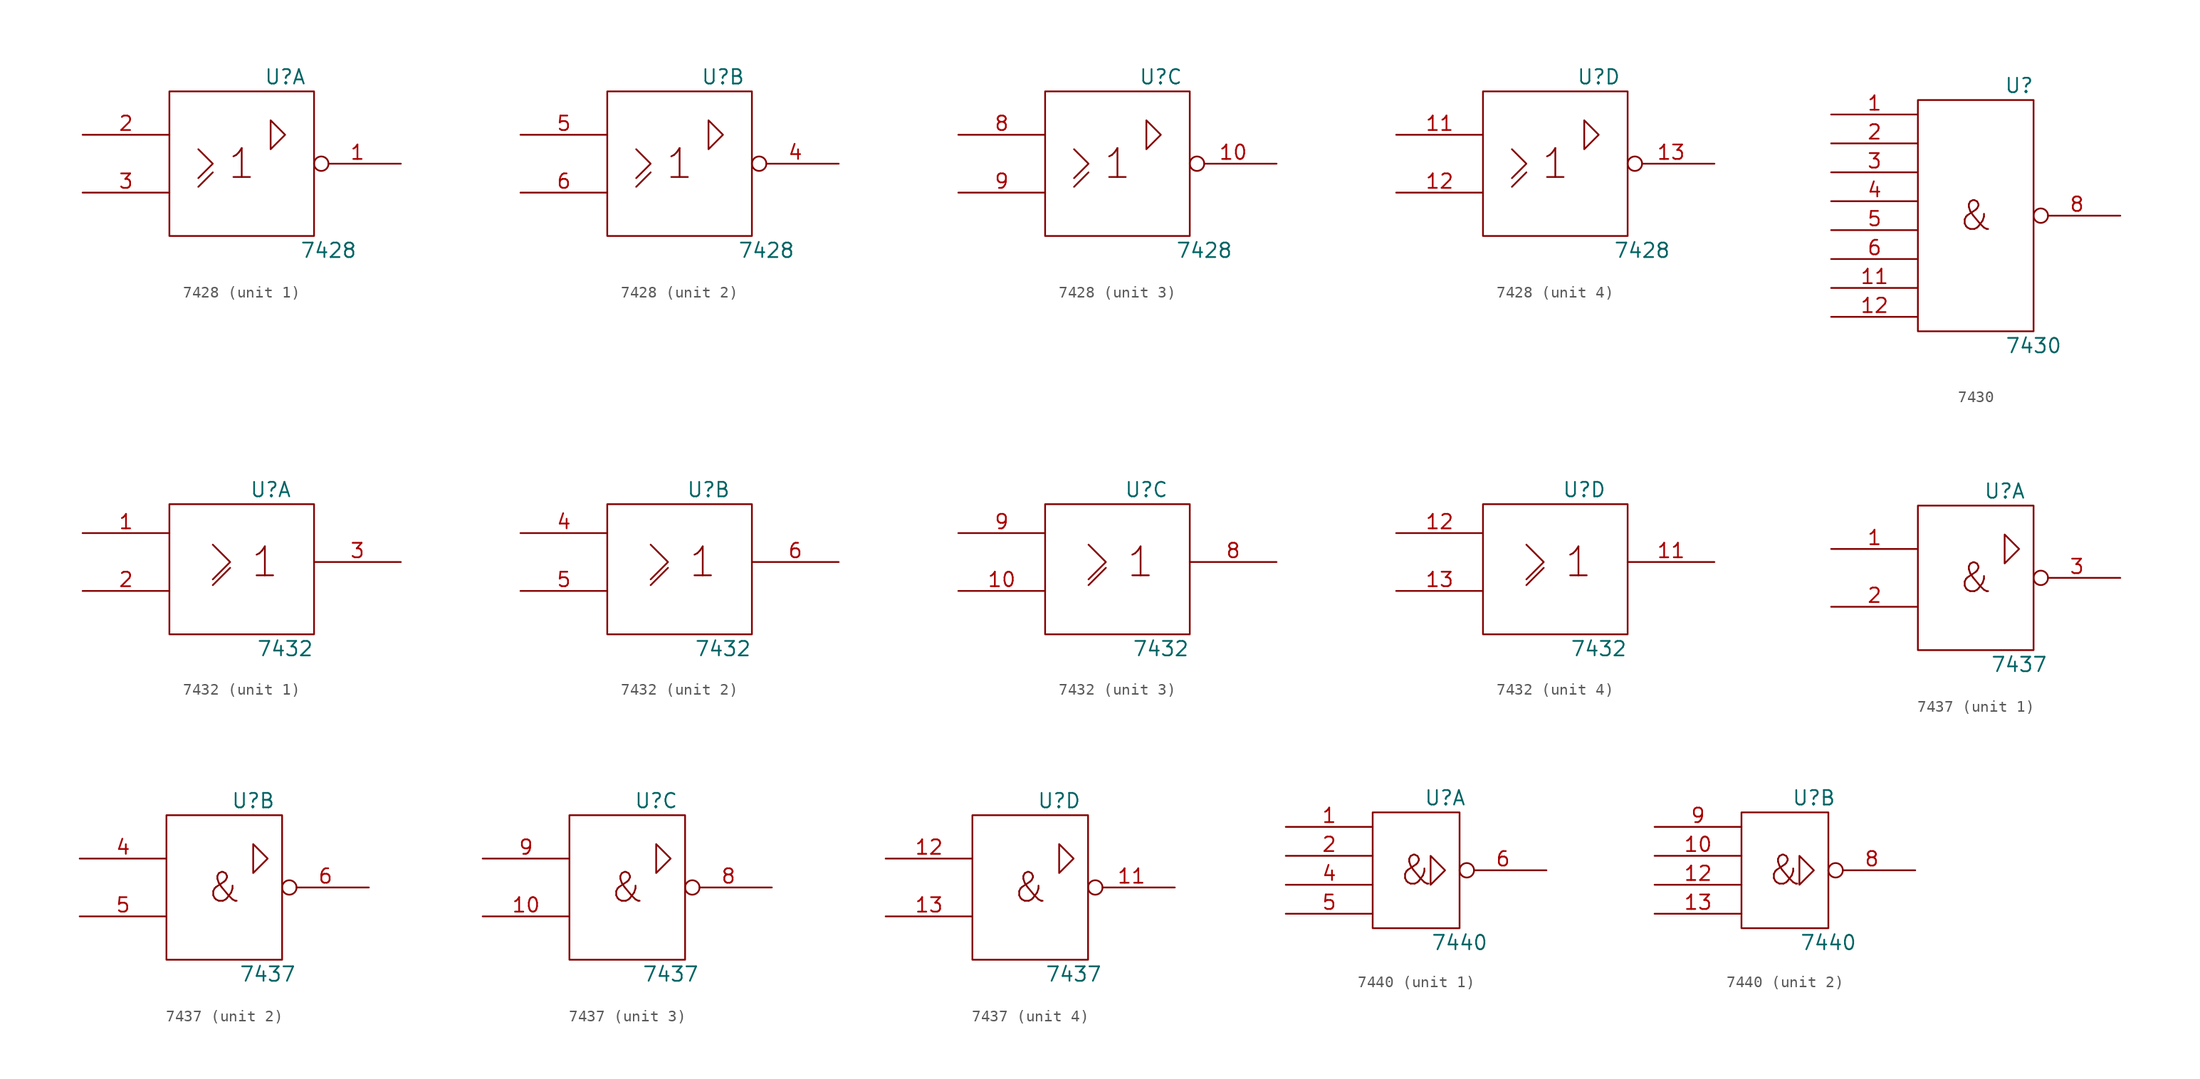
<source format=kicad_sym>
(kicad_symbol_lib
  (version 20201005)
  (generator kicad_symbol_editor)
  (symbol "74xx_IEEE:7428"
    (pin_names
      (offset 0.762))
    (property "Reference" "U"
      (at 3.81 7.62 0)
      (effects (font (size 1.27 1.27))))
    (property "Value" "7428"
      (at 7.62 -7.62 0)
      (effects (font (size 1.27 1.27))))
    (symbol "7428_0_0"
      (text "1" (at 0 0 0) (effects (font (size 2.54 2.54))))
      (polyline (pts (xy -3.81 -2.032) (xy -2.54 -0.762) (xy -2.54 -0.762)) (stroke (width 0)) (fill (type none)))
      (polyline (pts (xy -3.81 1.27) (xy -2.54 0) (xy -3.81 -1.27) (xy -3.81 -1.27)) (stroke (width 0)) (fill (type none)))
      (pin power_in line (at 0 6.35 270) (length 0) hide (name "Vcc" (effects (font (size 1.27 1.27)))) (number "14" (effects (font (size 1.27 1.27)))))
      (pin power_in line (at 0 -6.35 90) (length 0) hide (name "Gnd" (effects (font (size 1.27 1.27)))) (number "7" (effects (font (size 1.27 1.27))))))
    (symbol "7428_0_1"
      (rectangle (start -6.35 6.35) (end 6.35 -6.35) (stroke (width 0)) (fill (type none)))
      (polyline (pts (xy 2.54 1.27) (xy 2.54 3.81) (xy 3.81 2.54) (xy 2.54 1.27) (xy 2.54 1.27)) (stroke (width 0)) (fill (type none))))
    (symbol "7428_1_1"
      (pin output inverted (at 13.97 0 180) (length 7.62) (name "~" (effects (font (size 1.27 1.27)))) (number "1" (effects (font (size 1.27 1.27)))))
      (pin input line (at -13.97 2.54 0) (length 7.62) (name "~" (effects (font (size 1.27 1.27)))) (number "2" (effects (font (size 1.27 1.27)))))
      (pin input line (at -13.97 -2.54 0) (length 7.62) (name "~" (effects (font (size 1.27 1.27)))) (number "3" (effects (font (size 1.27 1.27))))))
    (symbol "7428_2_1"
      (pin output inverted (at 13.97 0 180) (length 7.62) (name "~" (effects (font (size 1.27 1.27)))) (number "4" (effects (font (size 1.27 1.27)))))
      (pin input line (at -13.97 2.54 0) (length 7.62) (name "~" (effects (font (size 1.27 1.27)))) (number "5" (effects (font (size 1.27 1.27)))))
      (pin input line (at -13.97 -2.54 0) (length 7.62) (name "~" (effects (font (size 1.27 1.27)))) (number "6" (effects (font (size 1.27 1.27))))))
    (symbol "7428_3_1"
      (pin output inverted (at 13.97 0 180) (length 7.62) (name "~" (effects (font (size 1.27 1.27)))) (number "10" (effects (font (size 1.27 1.27)))))
      (pin input line (at -13.97 2.54 0) (length 7.62) (name "~" (effects (font (size 1.27 1.27)))) (number "8" (effects (font (size 1.27 1.27)))))
      (pin input line (at -13.97 -2.54 0) (length 7.62) (name "~" (effects (font (size 1.27 1.27)))) (number "9" (effects (font (size 1.27 1.27))))))
    (symbol "7428_4_1"
      (pin input line (at -13.97 2.54 0) (length 7.62) (name "~" (effects (font (size 1.27 1.27)))) (number "11" (effects (font (size 1.27 1.27)))))
      (pin input line (at -13.97 -2.54 0) (length 7.62) (name "~" (effects (font (size 1.27 1.27)))) (number "12" (effects (font (size 1.27 1.27)))))
      (pin output inverted (at 13.97 0 180) (length 7.62) (name "~" (effects (font (size 1.27 1.27)))) (number "13" (effects (font (size 1.27 1.27)))))))
  (symbol "74xx_IEEE:7430"
    (pin_names
      (offset 0.762))
    (property "Reference" "U"
      (at 3.81 11.43 0)
      (effects (font (size 1.27 1.27))))
    (property "Value" "7430"
      (at 5.08 -11.43 0)
      (effects (font (size 1.27 1.27))))
    (symbol "7430_0_0"
      (text "&" (at 0 0 0) (effects (font (size 2.54 2.54)))))
    (symbol "7430_0_1"
      (rectangle (start -5.08 10.16) (end 5.08 -10.16) (stroke (width 0)) (fill (type none)))
      (pin power_in line (at 0 10.16 270) (length 0) hide (name "Vcc" (effects (font (size 1.27 1.27)))) (number "14" (effects (font (size 1.27 1.27)))))
      (pin power_in line (at 0 -10.16 90) (length 0) hide (name "Gnd" (effects (font (size 1.27 1.27)))) (number "7" (effects (font (size 1.27 1.27))))))
    (symbol "7430_1_1"
      (pin input line (at -12.7 8.89 0) (length 7.62) (name "~" (effects (font (size 1.27 1.27)))) (number "1" (effects (font (size 1.27 1.27)))))
      (pin input line (at -12.7 -6.35 0) (length 7.62) (name "~" (effects (font (size 1.27 1.27)))) (number "11" (effects (font (size 1.27 1.27)))))
      (pin input line (at -12.7 -8.89 0) (length 7.62) (name "~" (effects (font (size 1.27 1.27)))) (number "12" (effects (font (size 1.27 1.27)))))
      (pin input line (at -12.7 6.35 0) (length 7.62) (name "~" (effects (font (size 1.27 1.27)))) (number "2" (effects (font (size 1.27 1.27)))))
      (pin input line (at -12.7 3.81 0) (length 7.62) (name "~" (effects (font (size 1.27 1.27)))) (number "3" (effects (font (size 1.27 1.27)))))
      (pin input line (at -12.7 1.27 0) (length 7.62) (name "~" (effects (font (size 1.27 1.27)))) (number "4" (effects (font (size 1.27 1.27)))))
      (pin input line (at -12.7 -1.27 0) (length 7.62) (name "~" (effects (font (size 1.27 1.27)))) (number "5" (effects (font (size 1.27 1.27)))))
      (pin input line (at -12.7 -3.81 0) (length 7.62) (name "~" (effects (font (size 1.27 1.27)))) (number "6" (effects (font (size 1.27 1.27)))))
      (pin output inverted (at 12.7 0 180) (length 7.62) (name "~" (effects (font (size 1.27 1.27)))) (number "8" (effects (font (size 1.27 1.27)))))))
  (symbol "74xx_IEEE:7432"
    (pin_names
      (offset 0.762))
    (property "Reference" "U"
      (at 2.54 6.35 0)
      (effects (font (size 1.27 1.27))))
    (property "Value" "7432"
      (at 3.81 -7.62 0)
      (effects (font (size 1.27 1.27))))
    (symbol "7432_0_1"
      (text "1" (at 2.032 0 0) (effects (font (size 2.54 2.54))))
      (rectangle (start -6.35 5.08) (end 6.35 -6.35) (stroke (width 0)) (fill (type none)))
      (polyline (pts (xy -2.54 -2.032) (xy -1.016 -0.508) (xy -1.016 -0.508)) (stroke (width 0)) (fill (type none)))
      (polyline (pts (xy -2.54 1.524) (xy -2.54 1.524) (xy -1.016 0) (xy -2.54 -1.524) (xy -2.54 -1.524)) (stroke (width 0)) (fill (type none)))
      (pin power_in line (at 0 5.08 270) (length 0) hide (name "Vcc" (effects (font (size 1.27 1.27)))) (number "14" (effects (font (size 1.27 1.27)))))
      (pin power_in line (at 0 -6.35 90) (length 0) hide (name "Gnd" (effects (font (size 1.27 1.27)))) (number "7" (effects (font (size 1.27 1.27))))))
    (symbol "7432_1_1"
      (pin input line (at -13.97 2.54 0) (length 7.62) (name "~" (effects (font (size 1.27 1.27)))) (number "1" (effects (font (size 1.27 1.27)))))
      (pin input line (at -13.97 -2.54 0) (length 7.62) (name "~" (effects (font (size 1.27 1.27)))) (number "2" (effects (font (size 1.27 1.27)))))
      (pin output line (at 13.97 0 180) (length 7.62) (name "~" (effects (font (size 1.27 1.27)))) (number "3" (effects (font (size 1.27 1.27))))))
    (symbol "7432_2_1"
      (pin input line (at -13.97 2.54 0) (length 7.62) (name "~" (effects (font (size 1.27 1.27)))) (number "4" (effects (font (size 1.27 1.27)))))
      (pin input line (at -13.97 -2.54 0) (length 7.62) (name "~" (effects (font (size 1.27 1.27)))) (number "5" (effects (font (size 1.27 1.27)))))
      (pin output line (at 13.97 0 180) (length 7.62) (name "~" (effects (font (size 1.27 1.27)))) (number "6" (effects (font (size 1.27 1.27))))))
    (symbol "7432_3_1"
      (pin input line (at -13.97 -2.54 0) (length 7.62) (name "~" (effects (font (size 1.27 1.27)))) (number "10" (effects (font (size 1.27 1.27)))))
      (pin output line (at 13.97 0 180) (length 7.62) (name "~" (effects (font (size 1.27 1.27)))) (number "8" (effects (font (size 1.27 1.27)))))
      (pin input line (at -13.97 2.54 0) (length 7.62) (name "~" (effects (font (size 1.27 1.27)))) (number "9" (effects (font (size 1.27 1.27))))))
    (symbol "7432_4_1"
      (pin output line (at 13.97 0 180) (length 7.62) (name "~" (effects (font (size 1.27 1.27)))) (number "11" (effects (font (size 1.27 1.27)))))
      (pin input line (at -13.97 2.54 0) (length 7.62) (name "~" (effects (font (size 1.27 1.27)))) (number "12" (effects (font (size 1.27 1.27)))))
      (pin input line (at -13.97 -2.54 0) (length 7.62) (name "~" (effects (font (size 1.27 1.27)))) (number "13" (effects (font (size 1.27 1.27)))))))
  (symbol "74xx_IEEE:7437"
    (pin_names
      (offset 0.762))
    (property "Reference" "U"
      (at 2.54 7.62 0)
      (effects (font (size 1.27 1.27))))
    (property "Value" "7437"
      (at 3.81 -7.62 0)
      (effects (font (size 1.27 1.27))))
    (symbol "7437_0_0"
      (text "&" (at 0 0 0) (effects (font (size 2.54 2.54))))
      (polyline (pts (xy 2.54 3.81) (xy 2.54 1.27) (xy 3.81 2.54) (xy 2.54 3.81) (xy 2.54 3.81)) (stroke (width 0)) (fill (type none)))
      (pin power_in line (at 0 -6.35 90) (length 0) hide (name "GND" (effects (font (size 1.27 1.27)))) (number "7" (effects (font (size 1.27 1.27))))))
    (symbol "7437_0_1"
      (rectangle (start -5.08 6.35) (end 5.08 -6.35) (stroke (width 0)) (fill (type none)))
      (pin power_in line (at 0 6.35 270) (length 0) hide (name "Vcc" (effects (font (size 1.27 1.27)))) (number "14" (effects (font (size 1.27 1.27))))))
    (symbol "7437_1_1"
      (pin input line (at -12.7 2.54 0) (length 7.62) (name "~" (effects (font (size 1.27 1.27)))) (number "1" (effects (font (size 1.27 1.27)))))
      (pin input line (at -12.7 -2.54 0) (length 7.62) (name "~" (effects (font (size 1.27 1.27)))) (number "2" (effects (font (size 1.27 1.27)))))
      (pin output inverted (at 12.7 0 180) (length 7.62) (name "~" (effects (font (size 1.27 1.27)))) (number "3" (effects (font (size 1.27 1.27))))))
    (symbol "7437_2_1"
      (pin input line (at -12.7 2.54 0) (length 7.62) (name "~" (effects (font (size 1.27 1.27)))) (number "4" (effects (font (size 1.27 1.27)))))
      (pin input line (at -12.7 -2.54 0) (length 7.62) (name "~" (effects (font (size 1.27 1.27)))) (number "5" (effects (font (size 1.27 1.27)))))
      (pin output inverted (at 12.7 0 180) (length 7.62) (name "~" (effects (font (size 1.27 1.27)))) (number "6" (effects (font (size 1.27 1.27))))))
    (symbol "7437_3_1"
      (pin input line (at -12.7 -2.54 0) (length 7.62) (name "~" (effects (font (size 1.27 1.27)))) (number "10" (effects (font (size 1.27 1.27)))))
      (pin output inverted (at 12.7 0 180) (length 7.62) (name "~" (effects (font (size 1.27 1.27)))) (number "8" (effects (font (size 1.27 1.27)))))
      (pin input line (at -12.7 2.54 0) (length 7.62) (name "~" (effects (font (size 1.27 1.27)))) (number "9" (effects (font (size 1.27 1.27))))))
    (symbol "7437_4_1"
      (pin output inverted (at 12.7 0 180) (length 7.62) (name "~" (effects (font (size 1.27 1.27)))) (number "11" (effects (font (size 1.27 1.27)))))
      (pin input line (at -12.7 2.54 0) (length 7.62) (name "~" (effects (font (size 1.27 1.27)))) (number "12" (effects (font (size 1.27 1.27)))))
      (pin input line (at -12.7 -2.54 0) (length 7.62) (name "~" (effects (font (size 1.27 1.27)))) (number "13" (effects (font (size 1.27 1.27)))))))
  (symbol "74xx_IEEE:7440"
    (pin_names
      (offset 0.762))
    (property "Reference" "U"
      (at 2.54 6.35 0)
      (effects (font (size 1.27 1.27))))
    (property "Value" "7440"
      (at 3.81 -6.35 0)
      (effects (font (size 1.27 1.27))))
    (symbol "7440_0_0"
      (text "&" (at 0 0 0) (effects (font (size 2.54 2.54)))))
    (symbol "7440_0_1"
      (rectangle (start -3.81 5.08) (end 3.81 -5.08) (stroke (width 0)) (fill (type none)))
      (polyline (pts (xy 1.27 1.27) (xy 1.27 -1.27) (xy 2.54 0) (xy 1.27 1.27) (xy 1.27 1.27)) (stroke (width 0)) (fill (type none)))
      (pin power_in line (at 0 5.08 270) (length 0) hide (name "Vcc" (effects (font (size 1.27 1.27)))) (number "14" (effects (font (size 1.27 1.27)))))
      (pin power_in line (at 0 -5.08 90) (length 0) hide (name "Gnd" (effects (font (size 1.27 1.27)))) (number "7" (effects (font (size 1.27 1.27))))))
    (symbol "7440_1_1"
      (pin input line (at -11.43 3.81 0) (length 7.62) (name "~" (effects (font (size 1.27 1.27)))) (number "1" (effects (font (size 1.27 1.27)))))
      (pin input line (at -11.43 1.27 0) (length 7.62) (name "~" (effects (font (size 1.27 1.27)))) (number "2" (effects (font (size 1.27 1.27)))))
      (pin input line (at -11.43 -1.27 0) (length 7.62) (name "~" (effects (font (size 1.27 1.27)))) (number "4" (effects (font (size 1.27 1.27)))))
      (pin input line (at -11.43 -3.81 0) (length 7.62) (name "~" (effects (font (size 1.27 1.27)))) (number "5" (effects (font (size 1.27 1.27)))))
      (pin output inverted (at 11.43 0 180) (length 7.62) (name "~" (effects (font (size 1.27 1.27)))) (number "6" (effects (font (size 1.27 1.27))))))
    (symbol "7440_2_1"
      (pin input line (at -11.43 1.27 0) (length 7.62) (name "~" (effects (font (size 1.27 1.27)))) (number "10" (effects (font (size 1.27 1.27)))))
      (pin input line (at -11.43 -1.27 0) (length 7.62) (name "~" (effects (font (size 1.27 1.27)))) (number "12" (effects (font (size 1.27 1.27)))))
      (pin input line (at -11.43 -3.81 0) (length 7.62) (name "~" (effects (font (size 1.27 1.27)))) (number "13" (effects (font (size 1.27 1.27)))))
      (pin output inverted (at 11.43 0 180) (length 7.62) (name "~" (effects (font (size 1.27 1.27)))) (number "8" (effects (font (size 1.27 1.27)))))
      (pin input line (at -11.43 3.81 0) (length 7.62) (name "~" (effects (font (size 1.27 1.27)))) (number "9" (effects (font (size 1.27 1.27))))))))
</source>
